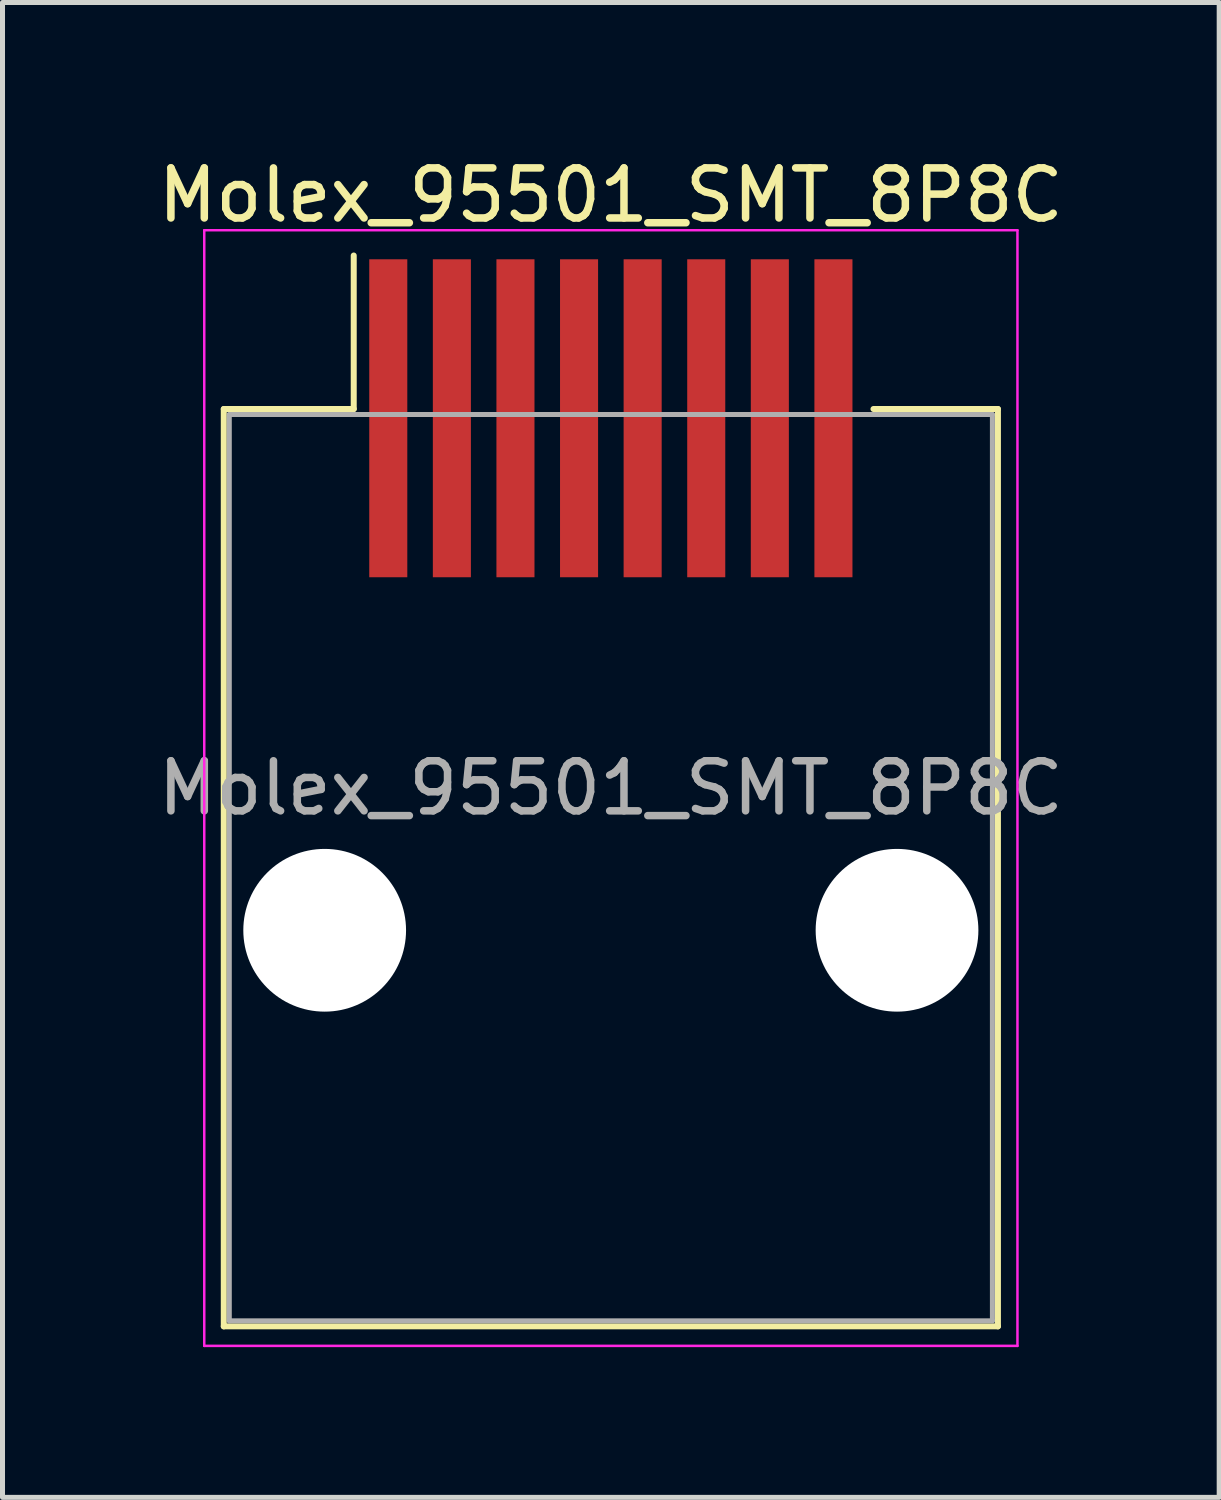
<source format=kicad_pcb>
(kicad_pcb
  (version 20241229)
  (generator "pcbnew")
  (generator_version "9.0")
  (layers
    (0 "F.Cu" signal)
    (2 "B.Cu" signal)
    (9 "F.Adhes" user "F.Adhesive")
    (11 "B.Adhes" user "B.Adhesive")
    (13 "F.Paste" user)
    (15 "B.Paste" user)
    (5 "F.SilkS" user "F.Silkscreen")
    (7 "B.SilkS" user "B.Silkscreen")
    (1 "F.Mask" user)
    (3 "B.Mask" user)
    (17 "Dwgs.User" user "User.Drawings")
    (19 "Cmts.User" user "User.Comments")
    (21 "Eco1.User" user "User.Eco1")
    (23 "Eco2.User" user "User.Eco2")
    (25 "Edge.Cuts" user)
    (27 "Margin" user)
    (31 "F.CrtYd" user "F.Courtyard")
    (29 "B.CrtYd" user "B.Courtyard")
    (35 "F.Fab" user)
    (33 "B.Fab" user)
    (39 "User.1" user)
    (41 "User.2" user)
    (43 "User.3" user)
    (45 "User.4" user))
  (footprint "Molex_95501_SMT_8P8C"
    (layer "F.Cu")
    (at 9.149 15.528)
    (property "Reference" "Molex_95501_SMT_8P8C" (at 0 -14.68 0) (layer "F.SilkS") (effects (font (size 1 1) (thickness 0.15))))
    (attr smd)
    (fp_line (start -7.73 -10.41) (end -7.73 7.91) (stroke (width 0.12) (type solid)) (layer "F.SilkS"))
    (fp_line (start -7.73 7.91) (end 7.73 7.91) (stroke (width 0.12) (type solid)) (layer "F.SilkS"))
    (fp_line (start -5.135 -13.475) (end -5.135 -10.41) (stroke (width 0.12) (type solid)) (layer "F.SilkS"))
    (fp_line (start -5.135 -10.41) (end -7.73 -10.41) (stroke (width 0.12) (type solid)) (layer "F.SilkS"))
    (fp_line (start 7.73 -10.41) (end 5.245 -10.41) (stroke (width 0.12) (type solid)) (layer "F.SilkS"))
    (fp_line (start 7.73 7.91) (end 7.73 -10.41) (stroke (width 0.12) (type solid)) (layer "F.SilkS"))
    (fp_line (start -8.12 -13.98) (end -8.12 8.3) (stroke (width 0.05) (type solid)) (layer "F.CrtYd"))
    (fp_line (start -8.12 8.3) (end 8.12 8.3) (stroke (width 0.05) (type solid)) (layer "F.CrtYd"))
    (fp_line (start 8.12 -13.98) (end -8.12 -13.98) (stroke (width 0.05) (type solid)) (layer "F.CrtYd"))
    (fp_line (start 8.12 8.3) (end 8.12 -13.98) (stroke (width 0.05) (type solid)) (layer "F.CrtYd"))
    (fp_line (start -7.62 -10.3) (end -7.62 7.8) (stroke (width 0.1) (type solid)) (layer "F.Fab"))
    (fp_line (start -7.62 7.8) (end 7.62 7.8) (stroke (width 0.1) (type solid)) (layer "F.Fab"))
    (fp_line (start 7.62 -10.3) (end -7.62 -10.3) (stroke (width 0.1) (type solid)) (layer "F.Fab"))
    (fp_line (start 7.62 7.8) (end 7.62 -10.3) (stroke (width 0.1) (type solid)) (layer "F.Fab"))
    (fp_text user "${REFERENCE}" (at 0 -2.84 0) (layer "F.Fab") (effects (font (size 1 1) (thickness 0.15))))
    (pad "" np_thru_hole circle (at -5.715 0) (size 3.25 3.25) (drill 3.25) (layers "*.Cu" "*.Mask"))
    (pad "" np_thru_hole circle (at 5.715 0) (size 3.25 3.25) (drill 3.25) (layers "*.Cu" "*.Mask"))
    (pad "1" smd rect (at -4.445 -10.225) (size 0.76 6.35) (layers "F.Cu" "F.Mask" "F.Paste"))
    (pad "2" smd rect (at -3.175 -10.225) (size 0.76 6.35) (layers "F.Cu" "F.Mask" "F.Paste"))
    (pad "3" smd rect (at -1.905 -10.225) (size 0.76 6.35) (layers "F.Cu" "F.Mask" "F.Paste"))
    (pad "4" smd rect (at -0.635 -10.225) (size 0.76 6.35) (layers "F.Cu" "F.Mask" "F.Paste"))
    (pad "5" smd rect (at 0.635 -10.225) (size 0.76 6.35) (layers "F.Cu" "F.Mask" "F.Paste"))
    (pad "6" smd rect (at 1.905 -10.225) (size 0.76 6.35) (layers "F.Cu" "F.Mask" "F.Paste"))
    (pad "7" smd rect (at 3.175 -10.225) (size 0.76 6.35) (layers "F.Cu" "F.Mask" "F.Paste"))
    (pad "8" smd rect (at 4.445 -10.225) (size 0.76 6.35) (layers "F.Cu" "F.Mask" "F.Paste")))
  (gr_rect
    (start -3 -3)
    (end 21.298 26.853)
    (stroke (width 0.1) (type default))
    (fill no)
    (layer "Edge.Cuts")))
</source>
